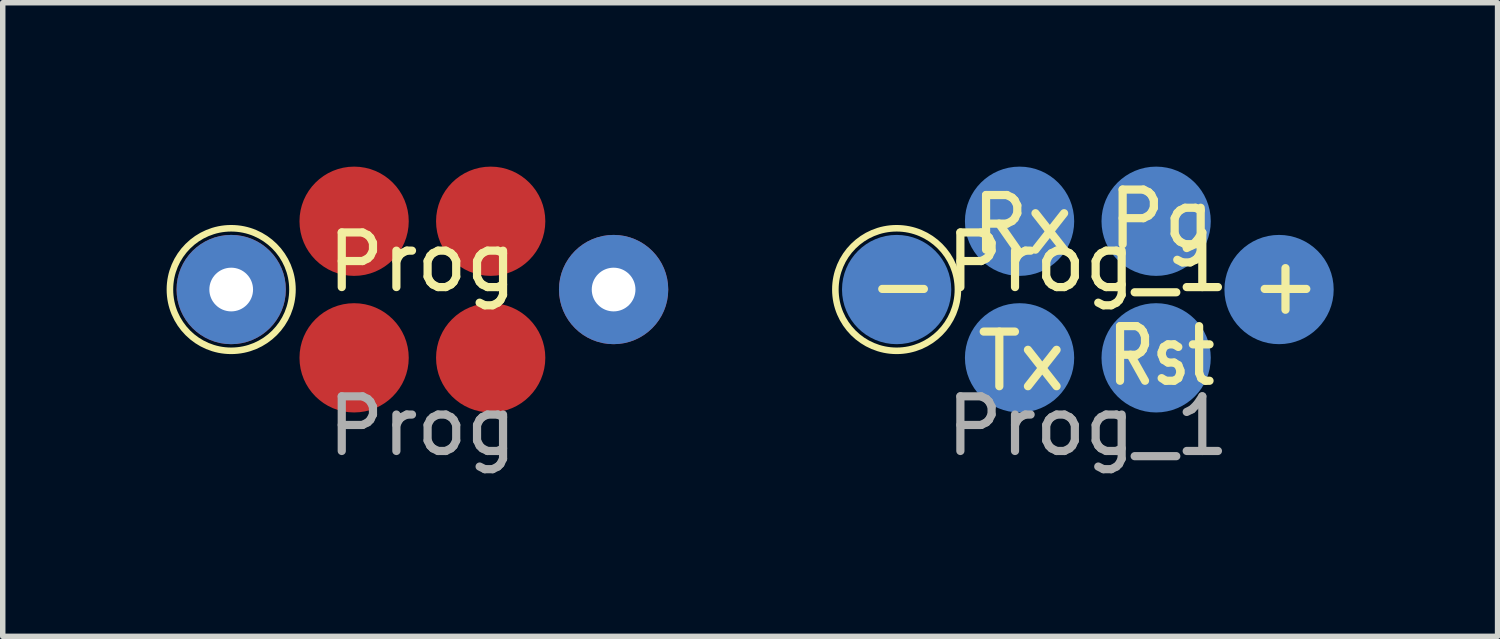
<source format=kicad_pcb>
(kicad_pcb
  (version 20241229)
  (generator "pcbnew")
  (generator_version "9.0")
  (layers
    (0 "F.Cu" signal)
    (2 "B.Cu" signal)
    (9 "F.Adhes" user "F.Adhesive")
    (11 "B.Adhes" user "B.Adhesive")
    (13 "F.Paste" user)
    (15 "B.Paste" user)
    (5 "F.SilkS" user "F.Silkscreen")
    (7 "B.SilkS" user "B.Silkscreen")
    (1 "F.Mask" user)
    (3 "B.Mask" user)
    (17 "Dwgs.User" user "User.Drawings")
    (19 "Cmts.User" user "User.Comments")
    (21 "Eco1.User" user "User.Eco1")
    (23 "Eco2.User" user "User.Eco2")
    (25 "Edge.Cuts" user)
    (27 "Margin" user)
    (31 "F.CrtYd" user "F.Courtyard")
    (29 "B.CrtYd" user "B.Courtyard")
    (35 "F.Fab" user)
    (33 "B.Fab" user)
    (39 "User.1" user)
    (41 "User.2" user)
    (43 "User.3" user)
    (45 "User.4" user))
  (footprint "Prog_1"
    (layer "F.Cu")
    (at 16.863 2.25)
    (property "Reference" "Prog_1" (at 0 -0.5 0) (unlocked yes) (layer "F.SilkS") (effects (font (size 1 1) (thickness 0.15))))
    (attr through_hole)
    (fp_circle (center -3.5 0) (end -2.5 0.508) (stroke (width 0.12) (type default)) (fill no) (layer "F.SilkS"))
    (fp_text user "Tx" (at -2.1 1.9 0) (unlocked yes) (layer "F.SilkS") (effects (font (size 1 1) (thickness 0.15)) (justify left bottom)))
    (fp_text user "+" (at 2.9 0.5 0) (unlocked yes) (layer "F.SilkS") (effects (font (size 1 1) (thickness 0.15)) (justify left bottom)))
    (fp_text user "Rx" (at -2.2 -0.6 0) (unlocked yes) (layer "F.SilkS") (effects (font (size 1 1) (thickness 0.15)) (justify left bottom)))
    (fp_text user "-" (at -4.1 0.5 0) (unlocked yes) (layer "F.SilkS") (effects (font (size 1 1) (thickness 0.15)) (justify left bottom)))
    (fp_text user "Pg" (at 0.3 -0.7 0) (unlocked yes) (layer "F.SilkS") (effects (font (size 1 1) (thickness 0.15)) (justify left bottom)))
    (fp_text user "Rst" (at 0.3 1.8 0) (unlocked yes) (layer "F.SilkS") (effects (font (size 1 0.8) (thickness 0.15)) (justify left bottom)))
    (fp_text user "${REFERENCE}" (at 0 2.5 0) (unlocked yes) (layer "F.Fab") (effects (font (size 1 1) (thickness 0.15))))
    (pad "1" smd circle (at 3.5 0) (size 2 2) (layers "B.Cu" "B.Mask" "B.Paste"))
    (pad "2" smd circle (at 1.25 -1.25) (size 2 2) (layers "B.Cu" "B.Mask" "B.Paste"))
    (pad "3" smd circle (at 1.25 1.25) (size 2 2) (layers "B.Cu" "B.Mask" "B.Paste"))
    (pad "4" smd circle (at -1.25 -1.25) (size 2 2) (layers "B.Cu" "B.Mask" "B.Paste"))
    (pad "5" smd circle (at -1.25 1.25) (size 2 2) (layers "B.Cu" "B.Mask" "B.Paste"))
    (pad "6" smd circle (at -3.5 0) (size 2 2) (layers "B.Cu" "B.Mask" "B.Paste")))
  (footprint "Prog"
    (layer "F.Cu")
    (at 4.682 2.25)
    (property "Reference" "Prog" (at 0 -0.5 0) (unlocked yes) (layer "F.SilkS") (effects (font (size 1 1) (thickness 0.15))))
    (attr through_hole)
    (fp_circle (center -3.5 0) (end -2.5 0.508) (stroke (width 0.12) (type default)) (fill no) (layer "F.SilkS"))
    (fp_text user "${REFERENCE}" (at 0 2.5 0) (unlocked yes) (layer "F.Fab") (effects (font (size 1 1) (thickness 0.15))))
    (pad "1" thru_hole circle (at -3.5 0) (size 2 2) (drill 0.8) (layers "*.Cu" "*.Mask"))
    (pad "2" smd circle (at -1.25 -1.25) (size 2 2) (layers "F.Cu" "F.Mask" "F.Paste"))
    (pad "3" smd circle (at -1.25 1.25) (size 2 2) (layers "F.Cu" "F.Mask" "F.Paste"))
    (pad "4" smd circle (at 1.25 -1.25) (size 2 2) (layers "F.Cu" "F.Mask" "F.Paste"))
    (pad "5" smd circle (at 1.25 1.25) (size 2 2) (layers "F.Cu" "F.Mask" "F.Paste"))
    (pad "6" thru_hole circle (at 3.5 0) (size 2 2) (drill 0.8) (layers "*.Cu" "*.Mask")))
  (gr_rect
    (start -3 -3)
    (end 24.363 8.598)
    (stroke (width 0.1) (type default))
    (fill no)
    (layer "Edge.Cuts")))
</source>
